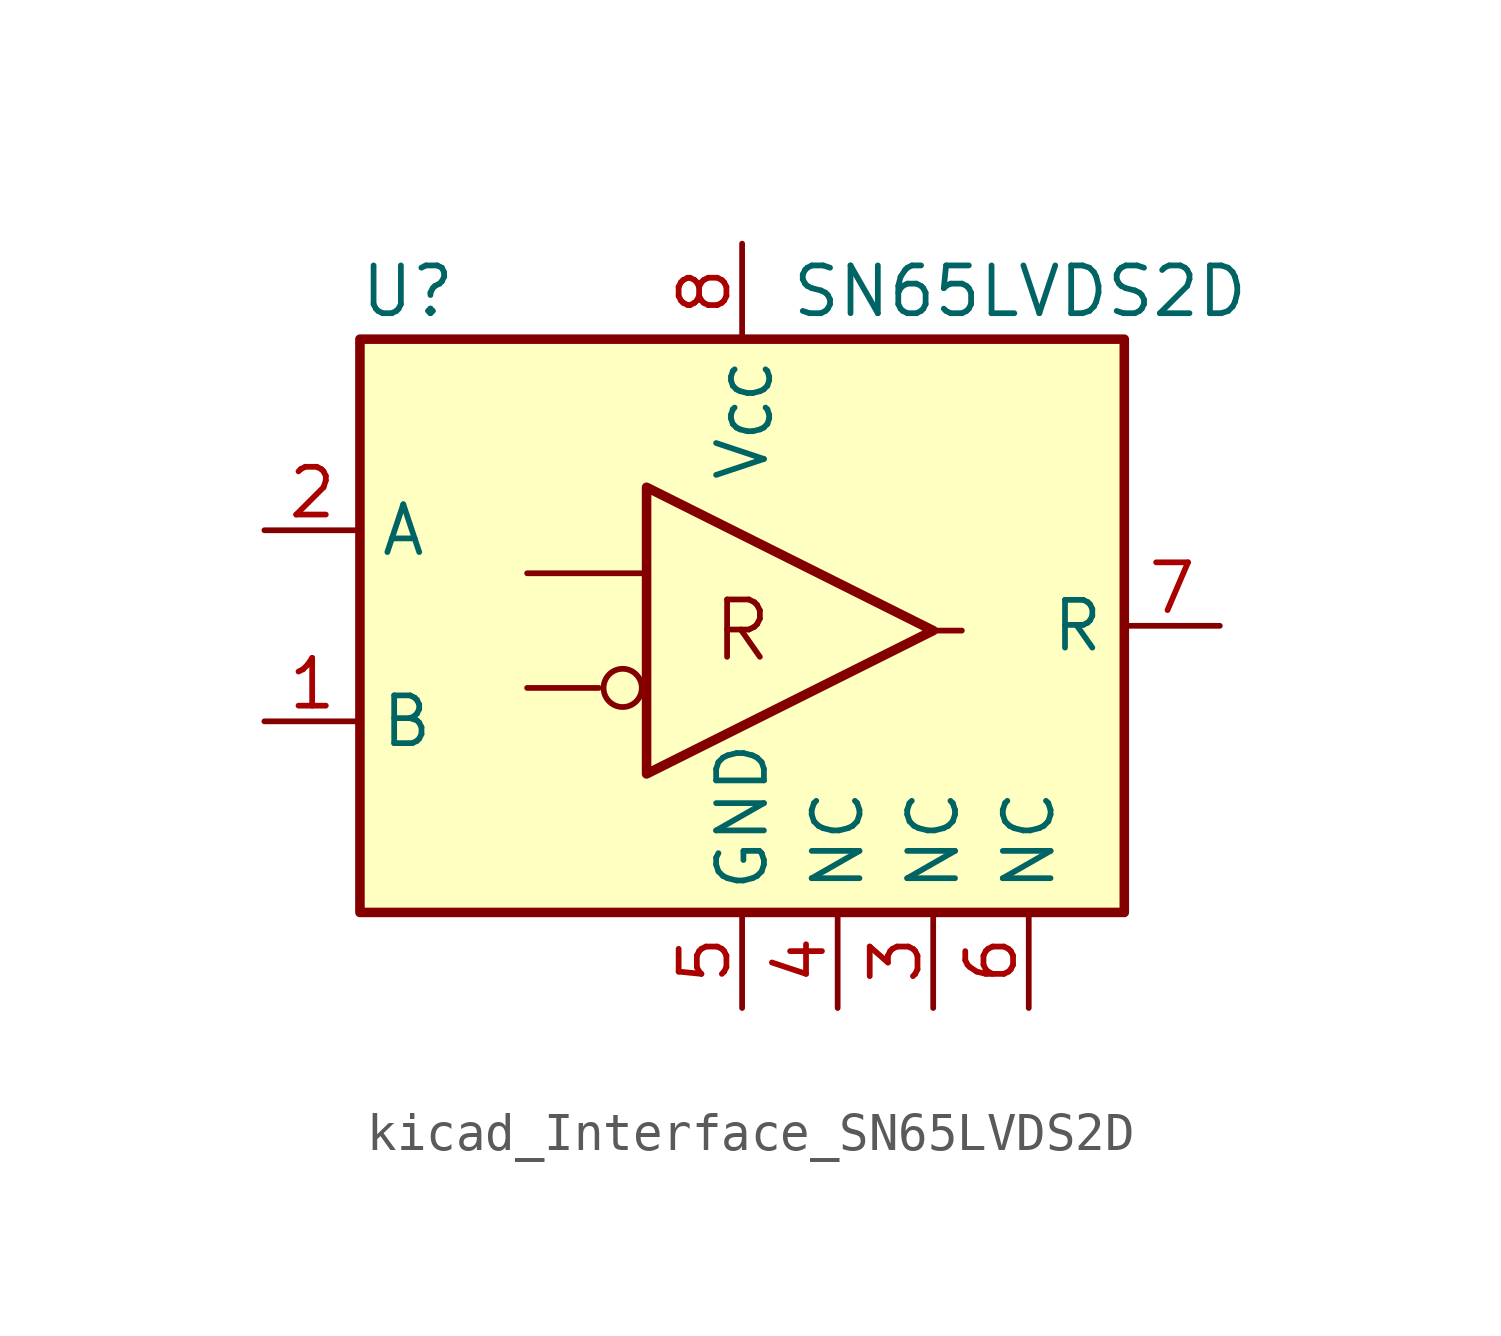
<source format=kicad_sym>
(kicad_symbol_lib
  (version 20220914)
  (generator kicad_symbol_editor)
  (symbol "kicad_Interface_SN65LVDS2D"
    (property "Reference" "U"
      (at -8.89 8.89 0)
      (effects (font (size 1.27 1.27))))
    (property "Value" "SN65LVDS2D"
      (at 1.27 8.89 0)
      (effects (font (size 1.27 1.27)) (justify left)))
    (symbol "kicad_Interface_SN65LVDS2D_1_0"
      (rectangle (start -10.16 7.62) (end 10.16 -7.62) (stroke (width 0.254) (type default) (color 0 0 0 0)) (fill (type background)))
      (circle (center -3.175 -1.651) (radius 0.508) (stroke (width 0) (type default) (color 0 0 0 0)) (fill (type none)))
      (text "R" (at 0 -0.127 0) (effects (font (size 1.524 1.524)))))
    (symbol "kicad_Interface_SN65LVDS2D_1_1"
      (polyline (pts (xy -5.715 -1.651) (xy -3.81 -1.651)) (stroke (width 0) (type default) (color 0 0 0 0)) (fill (type none)))
      (polyline (pts (xy -5.715 1.397) (xy -2.667 1.397)) (stroke (width 0) (type default) (color 0 0 0 0)) (fill (type none)))
      (polyline (pts (xy 5.842 -0.127) (xy 5.08 -0.127)) (stroke (width 0) (type default) (color 0 0 0 0)) (fill (type none)))
      (polyline (pts (xy -2.54 -3.937) (xy -2.54 3.683) (xy 5.08 -0.127) (xy -2.54 -3.937)) (stroke (width 0.254) (type default) (color 0 0 0 0)) (fill (type none)))
      (pin input line (at -12.7 -2.54 0) (length 2.54) (name "B" (effects (font (size 1.27 1.27)))) (number "1" (effects (font (size 1.27 1.27)))))
      (pin input line (at -12.7 2.54 0) (length 2.54) (name "A" (effects (font (size 1.27 1.27)))) (number "2" (effects (font (size 1.27 1.27)))))
      (pin passive line (at 5.08 -10.16 90) (length 2.54) (name "NC" (effects (font (size 1.27 1.27)))) (number "3" (effects (font (size 1.27 1.27)))))
      (pin passive line (at 2.54 -10.16 90) (length 2.54) (name "NC" (effects (font (size 1.27 1.27)))) (number "4" (effects (font (size 1.27 1.27)))))
      (pin power_in line (at 0 -10.16 90) (length 2.54) (name "GND" (effects (font (size 1.27 1.27)))) (number "5" (effects (font (size 1.27 1.27)))))
      (pin passive line (at 7.62 -10.16 90) (length 2.54) (name "NC" (effects (font (size 1.27 1.27)))) (number "6" (effects (font (size 1.27 1.27)))))
      (pin output line (at 12.7 0 180) (length 2.54) (name "R" (effects (font (size 1.27 1.27)))) (number "7" (effects (font (size 1.27 1.27)))))
      (pin power_in line (at 0 10.16 270) (length 2.54) (name "V_{CC}" (effects (font (size 1.27 1.27)))) (number "8" (effects (font (size 1.27 1.27))))))))
</source>
